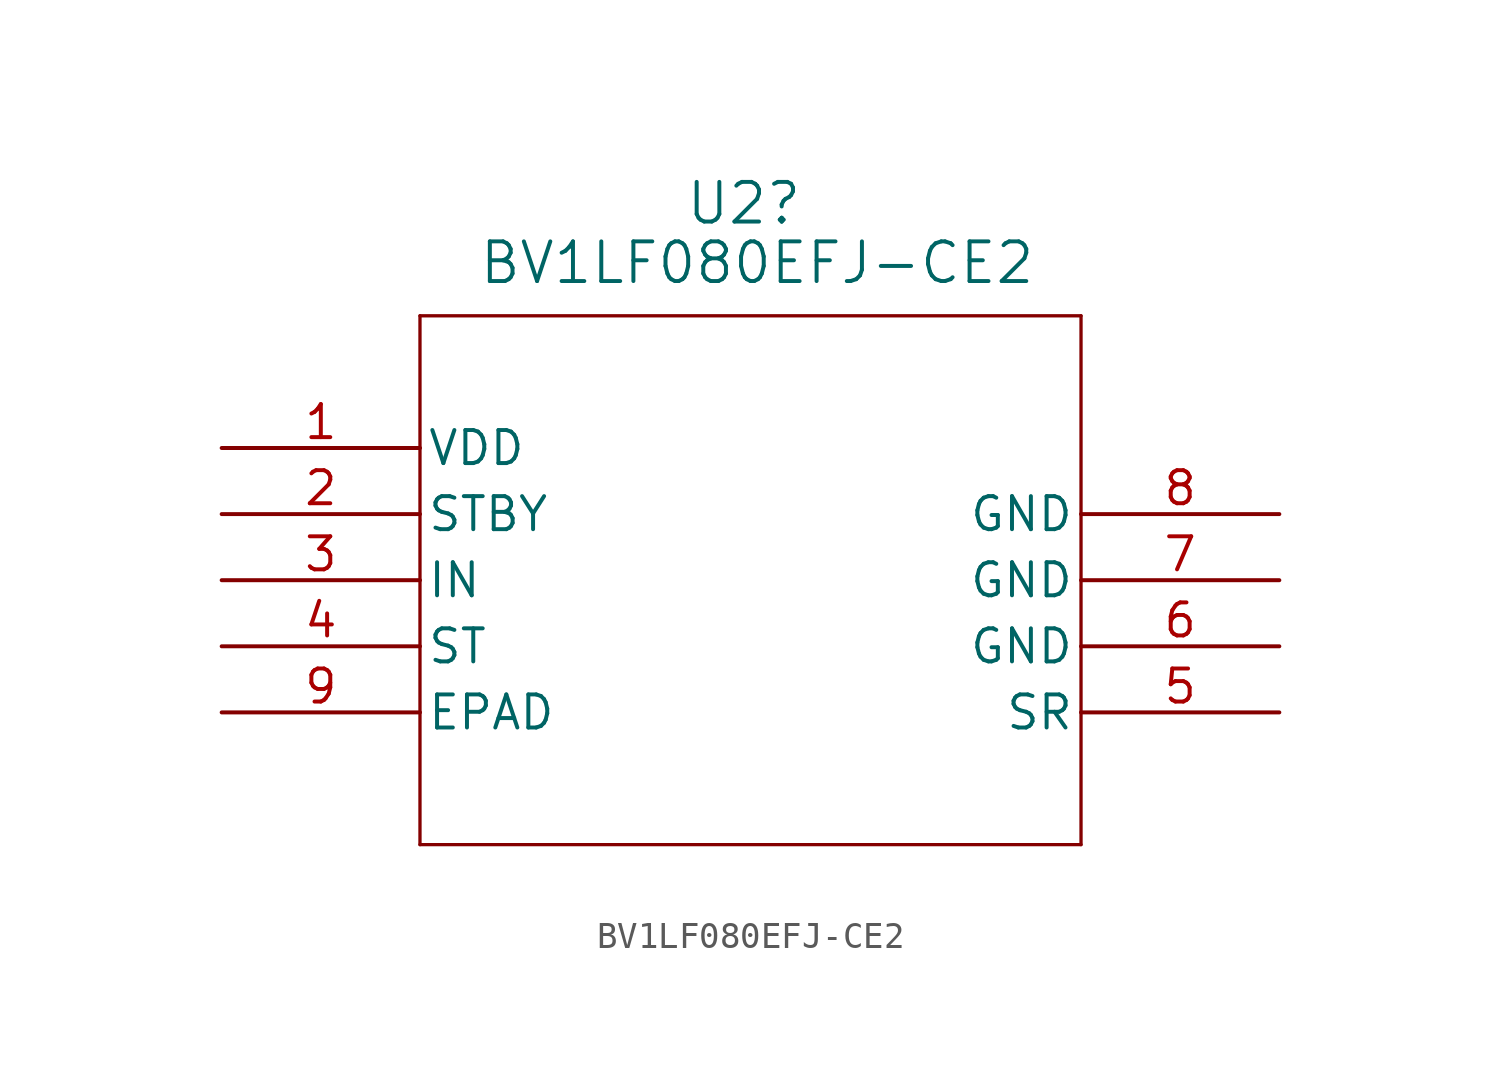
<source format=kicad_sym>
(kicad_symbol_lib
  (version 20231120)
  (generator "kicad_symbol_editor")
  (generator_version "8.0")
  (symbol "BV1LF080EFJ-CE2"
    (pin_names
      (offset 0.254))
    (property "Reference" "U2"
      (at 20.066 9.398 0)
      (effects (font (size 1.524 1.524))))
    (property "Value" "BV1LF080EFJ-CE2"
      (at 20.574 7.112 0)
      (effects (font (size 1.524 1.524))))
    (symbol "BV1LF080EFJ-CE2_0_1"
      (polyline (pts (xy 7.62 -15.24) (xy 33.02 -15.24)) (stroke (width 0.127) (type default)) (fill (type none)))
      (polyline (pts (xy 7.62 5.08) (xy 7.62 -15.24)) (stroke (width 0.127) (type default)) (fill (type none)))
      (polyline (pts (xy 33.02 -15.24) (xy 33.02 5.08)) (stroke (width 0.127) (type default)) (fill (type none)))
      (polyline (pts (xy 33.02 5.08) (xy 7.62 5.08)) (stroke (width 0.127) (type default)) (fill (type none)))
      (pin power_in line (at 0 0 0) (length 7.62) (name "VDD" (effects (font (size 1.27 1.27)))) (number "1" (effects (font (size 1.27 1.27)))))
      (pin input line (at 0 -2.54 0) (length 7.62) (name "STBY" (effects (font (size 1.27 1.27)))) (number "2" (effects (font (size 1.27 1.27)))))
      (pin input line (at 0 -5.08 0) (length 7.62) (name "IN" (effects (font (size 1.27 1.27)))) (number "3" (effects (font (size 1.27 1.27)))))
      (pin output line (at 0 -7.62 0) (length 7.62) (name "ST" (effects (font (size 1.27 1.27)))) (number "4" (effects (font (size 1.27 1.27)))))
      (pin unspecified line (at 40.64 -10.16 180) (length 7.62) (name "SR" (effects (font (size 1.27 1.27)))) (number "5" (effects (font (size 1.27 1.27)))))
      (pin power_out line (at 40.64 -7.62 180) (length 7.62) (name "GND" (effects (font (size 1.27 1.27)))) (number "6" (effects (font (size 1.27 1.27)))))
      (pin power_out line (at 40.64 -5.08 180) (length 7.62) (name "GND" (effects (font (size 1.27 1.27)))) (number "7" (effects (font (size 1.27 1.27)))))
      (pin power_out line (at 40.64 -2.54 180) (length 7.62) (name "GND" (effects (font (size 1.27 1.27)))) (number "8" (effects (font (size 1.27 1.27)))))
      (pin output line (at 0 -10.16 0) (length 7.62) (name "EPAD" (effects (font (size 1.27 1.27)))) (number "9" (effects (font (size 1.27 1.27))))))))
</source>
